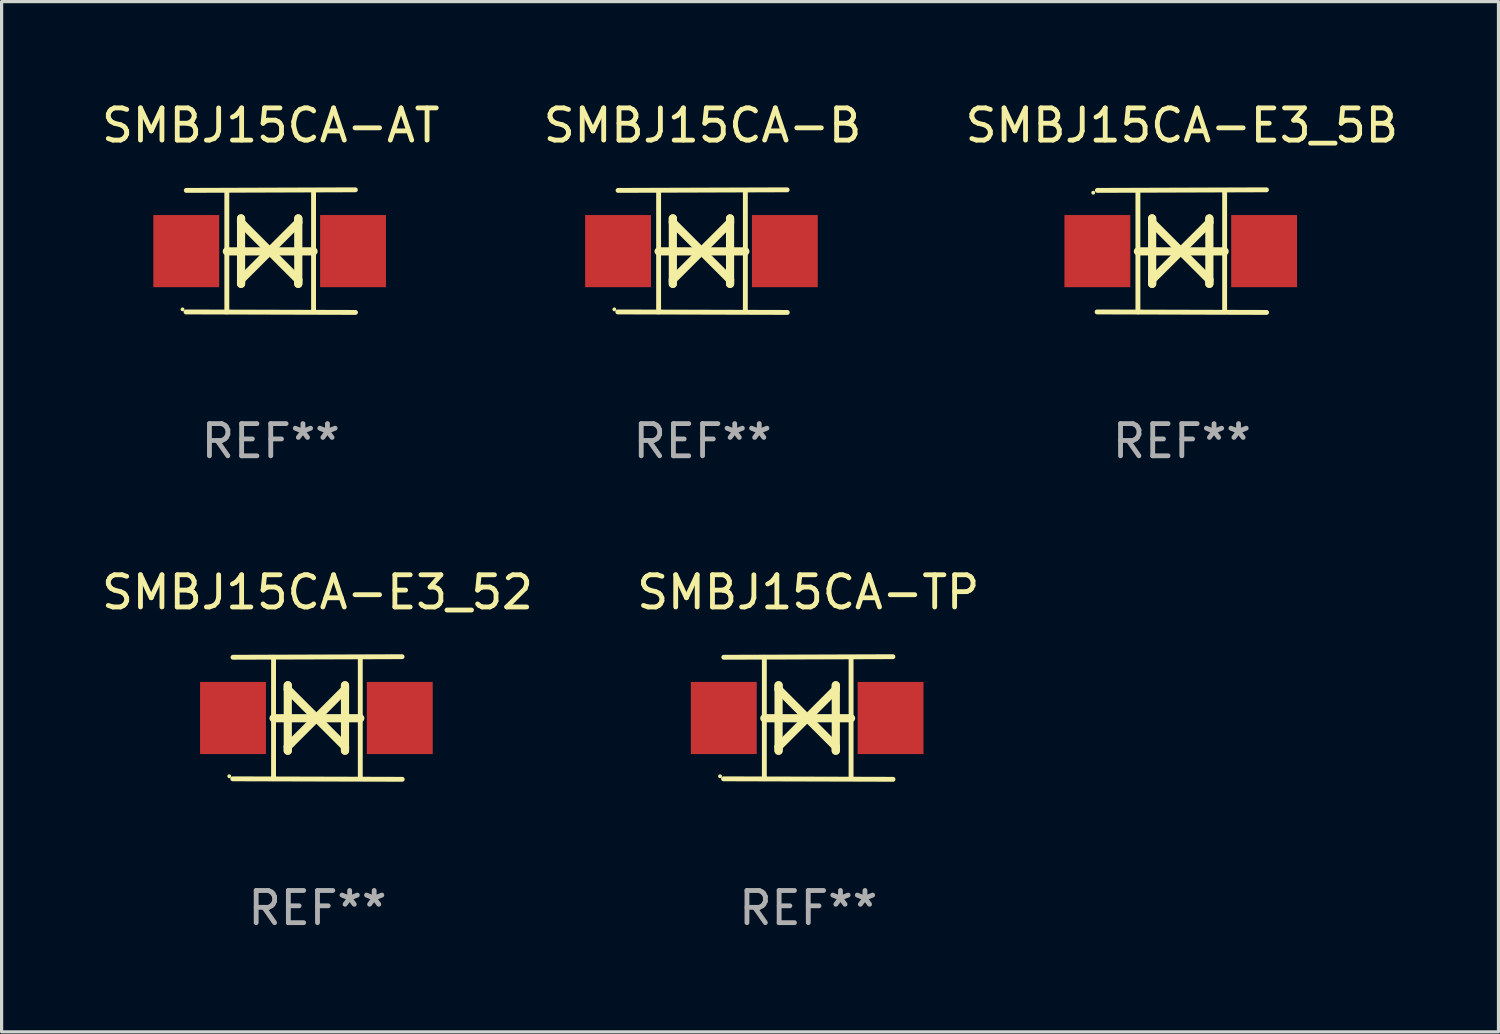
<source format=kicad_pcb>
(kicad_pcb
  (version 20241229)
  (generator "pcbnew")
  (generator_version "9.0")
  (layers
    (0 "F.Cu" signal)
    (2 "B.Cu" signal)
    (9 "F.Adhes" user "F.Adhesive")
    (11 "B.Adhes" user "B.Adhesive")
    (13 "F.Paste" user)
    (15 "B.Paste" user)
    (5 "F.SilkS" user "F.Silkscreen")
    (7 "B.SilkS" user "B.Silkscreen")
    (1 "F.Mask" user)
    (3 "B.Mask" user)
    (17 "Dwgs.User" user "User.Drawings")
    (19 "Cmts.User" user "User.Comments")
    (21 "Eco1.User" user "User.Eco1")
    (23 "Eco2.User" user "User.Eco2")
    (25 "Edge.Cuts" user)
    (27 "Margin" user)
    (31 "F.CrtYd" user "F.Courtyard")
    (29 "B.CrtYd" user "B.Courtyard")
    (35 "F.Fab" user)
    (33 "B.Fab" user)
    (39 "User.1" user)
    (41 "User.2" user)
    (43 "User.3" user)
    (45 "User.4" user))
  (footprint "SMBJ15CA-TP"
    (layer "F.Cu")
    (at 22.065 19.26)
    (property "Reference" "SMBJ15CA-TP" (at 0 -3.905 0) (layer "F.SilkS") (effects (font (size 1 1) (thickness 0.15))))
    (attr through_hole)
    (fp_line (start -1.365 1.886) (end -1.365 -1.886) (stroke (width 0.152) (type solid)) (layer "F.SilkS"))
    (fp_line (start -1.365 0.008) (end 1.33 0.008) (stroke (width 0.254) (type solid)) (layer "F.SilkS"))
    (fp_line (start -0.923 -1.016) (end -0.923 1.016) (stroke (width 0.254) (type solid)) (layer "F.SilkS"))
    (fp_line (start -0.923 -0.889) (end -0.923 -1.016) (stroke (width 0.254) (type solid)) (layer "F.SilkS"))
    (fp_line (start -0.923 0.889) (end -0.034 0) (stroke (width 0.254) (type solid)) (layer "F.SilkS"))
    (fp_line (start -0.923 1.016) (end -0.923 0.889) (stroke (width 0.254) (type solid)) (layer "F.SilkS"))
    (fp_line (start -0.034 0) (end -0.923 -0.889) (stroke (width 0.254) (type solid)) (layer "F.SilkS"))
    (fp_line (start -0.034 0) (end 0.855 0.889) (stroke (width 0.254) (type solid)) (layer "F.SilkS"))
    (fp_line (start 0.855 -1.016) (end 0.855 -0.889) (stroke (width 0.254) (type solid)) (layer "F.SilkS"))
    (fp_line (start 0.855 -0.889) (end -0.034 0) (stroke (width 0.254) (type solid)) (layer "F.SilkS"))
    (fp_line (start 0.855 0.889) (end 0.855 1.016) (stroke (width 0.254) (type solid)) (layer "F.SilkS"))
    (fp_line (start 0.855 1.016) (end 0.855 -1.016) (stroke (width 0.254) (type solid)) (layer "F.SilkS"))
    (fp_line (start 1.33 1.886) (end 1.33 -1.886) (stroke (width 0.152) (type solid)) (layer "F.SilkS"))
    (fp_line (start 2.629 -1.905) (end -2.625 -1.887) (stroke (width 0.152) (type solid)) (layer "F.SilkS"))
    (fp_line (start 2.633 1.905) (end -2.633 1.89) (stroke (width 0.152) (type solid)) (layer "F.SilkS"))
    (fp_circle (center -2.741 1.81) (end -2.711 1.81) (stroke (width 0.06) (type solid)) (fill no) (layer "F.SilkS"))
    (fp_text user "REF**" (at 0 5.905 0) (layer "F.Fab") (effects (font (size 1 1) (thickness 0.15))))
    (pad "1" smd rect (at -2.625 0) (size 2.047 2.241) (layers "F.Cu" "F.Mask" "F.Paste"))
    (pad "2" smd rect (at 2.557 0) (size 2.047 2.241) (layers "F.Cu" "F.Mask" "F.Paste")))
  (footprint "SMBJ15CA-B"
    (layer "F.Cu")
    (at 18.78 4.753)
    (property "Reference" "SMBJ15CA-B" (at 0 -3.905 0) (layer "F.SilkS") (effects (font (size 1 1) (thickness 0.15))))
    (attr through_hole)
    (fp_line (start -1.365 1.886) (end -1.365 -1.886) (stroke (width 0.152) (type solid)) (layer "F.SilkS"))
    (fp_line (start -1.365 0.008) (end 1.33 0.008) (stroke (width 0.254) (type solid)) (layer "F.SilkS"))
    (fp_line (start -0.923 -1.016) (end -0.923 1.016) (stroke (width 0.254) (type solid)) (layer "F.SilkS"))
    (fp_line (start -0.923 -0.889) (end -0.923 -1.016) (stroke (width 0.254) (type solid)) (layer "F.SilkS"))
    (fp_line (start -0.923 0.889) (end -0.034 0) (stroke (width 0.254) (type solid)) (layer "F.SilkS"))
    (fp_line (start -0.923 1.016) (end -0.923 0.889) (stroke (width 0.254) (type solid)) (layer "F.SilkS"))
    (fp_line (start -0.034 0) (end -0.923 -0.889) (stroke (width 0.254) (type solid)) (layer "F.SilkS"))
    (fp_line (start -0.034 0) (end 0.855 0.889) (stroke (width 0.254) (type solid)) (layer "F.SilkS"))
    (fp_line (start 0.855 -1.016) (end 0.855 -0.889) (stroke (width 0.254) (type solid)) (layer "F.SilkS"))
    (fp_line (start 0.855 -0.889) (end -0.034 0) (stroke (width 0.254) (type solid)) (layer "F.SilkS"))
    (fp_line (start 0.855 0.889) (end 0.855 1.016) (stroke (width 0.254) (type solid)) (layer "F.SilkS"))
    (fp_line (start 0.855 1.016) (end 0.855 -1.016) (stroke (width 0.254) (type solid)) (layer "F.SilkS"))
    (fp_line (start 1.33 1.886) (end 1.33 -1.886) (stroke (width 0.152) (type solid)) (layer "F.SilkS"))
    (fp_line (start 2.629 -1.905) (end -2.625 -1.887) (stroke (width 0.152) (type solid)) (layer "F.SilkS"))
    (fp_line (start 2.633 1.905) (end -2.633 1.89) (stroke (width 0.152) (type solid)) (layer "F.SilkS"))
    (fp_circle (center -2.741 1.81) (end -2.711 1.81) (stroke (width 0.06) (type solid)) (fill no) (layer "F.SilkS"))
    (fp_text user "REF**" (at 0 5.905 0) (layer "F.Fab") (effects (font (size 1 1) (thickness 0.15))))
    (pad "1" smd rect (at -2.625 0) (size 2.047 2.241) (layers "F.Cu" "F.Mask" "F.Paste"))
    (pad "2" smd rect (at 2.557 0) (size 2.047 2.241) (layers "F.Cu" "F.Mask" "F.Paste")))
  (footprint "SMBJ15CA-E3_5B"
    (layer "F.Cu")
    (at 33.673 4.753)
    (property "Reference" "SMBJ15CA-E3_5B" (at 0 -3.905 0) (layer "F.SilkS") (effects (font (size 1 1) (thickness 0.15))))
    (attr through_hole)
    (fp_line (start -1.365 1.886) (end -1.365 -1.886) (stroke (width 0.152) (type solid)) (layer "F.SilkS"))
    (fp_line (start -1.365 0.008) (end 1.33 0.008) (stroke (width 0.254) (type solid)) (layer "F.SilkS"))
    (fp_line (start -0.923 -1.016) (end -0.923 1.016) (stroke (width 0.254) (type solid)) (layer "F.SilkS"))
    (fp_line (start -0.923 -0.889) (end -0.923 -1.016) (stroke (width 0.254) (type solid)) (layer "F.SilkS"))
    (fp_line (start -0.923 0.889) (end -0.034 0) (stroke (width 0.254) (type solid)) (layer "F.SilkS"))
    (fp_line (start -0.923 1.016) (end -0.923 0.889) (stroke (width 0.254) (type solid)) (layer "F.SilkS"))
    (fp_line (start -0.034 0) (end -0.923 -0.889) (stroke (width 0.254) (type solid)) (layer "F.SilkS"))
    (fp_line (start -0.034 0) (end 0.855 0.889) (stroke (width 0.254) (type solid)) (layer "F.SilkS"))
    (fp_line (start 0.855 -1.016) (end 0.855 -0.889) (stroke (width 0.254) (type solid)) (layer "F.SilkS"))
    (fp_line (start 0.855 -0.889) (end -0.034 0) (stroke (width 0.254) (type solid)) (layer "F.SilkS"))
    (fp_line (start 0.855 0.889) (end 0.855 1.016) (stroke (width 0.254) (type solid)) (layer "F.SilkS"))
    (fp_line (start 0.855 1.016) (end 0.855 -1.016) (stroke (width 0.254) (type solid)) (layer "F.SilkS"))
    (fp_line (start 1.33 1.886) (end 1.33 -1.886) (stroke (width 0.152) (type solid)) (layer "F.SilkS"))
    (fp_line (start 2.629 -1.905) (end -2.625 -1.887) (stroke (width 0.152) (type solid)) (layer "F.SilkS"))
    (fp_line (start 2.633 1.905) (end -2.633 1.89) (stroke (width 0.152) (type solid)) (layer "F.SilkS"))
    (fp_circle (center -2.753 -1.816) (end -2.723 -1.816) (stroke (width 0.06) (type solid)) (fill no) (layer "F.SilkS"))
    (fp_text user "REF**" (at 0 5.905 0) (layer "F.Fab") (effects (font (size 1 1) (thickness 0.15))))
    (pad "1" smd rect (at -2.625 0) (size 2.047 2.241) (layers "F.Cu" "F.Mask" "F.Paste"))
    (pad "2" smd rect (at 2.557 0) (size 2.047 2.241) (layers "F.Cu" "F.Mask" "F.Paste")))
  (footprint "SMBJ15CA-AT"
    (layer "F.Cu")
    (at 5.363 4.753)
    (property "Reference" "SMBJ15CA-AT" (at 0 -3.905 0) (layer "F.SilkS") (effects (font (size 1 1) (thickness 0.15))))
    (attr through_hole)
    (fp_line (start -1.365 1.886) (end -1.365 -1.886) (stroke (width 0.152) (type solid)) (layer "F.SilkS"))
    (fp_line (start -1.365 0.008) (end 1.33 0.008) (stroke (width 0.254) (type solid)) (layer "F.SilkS"))
    (fp_line (start -0.923 -1.016) (end -0.923 1.016) (stroke (width 0.254) (type solid)) (layer "F.SilkS"))
    (fp_line (start -0.923 -0.889) (end -0.923 -1.016) (stroke (width 0.254) (type solid)) (layer "F.SilkS"))
    (fp_line (start -0.923 0.889) (end -0.034 0) (stroke (width 0.254) (type solid)) (layer "F.SilkS"))
    (fp_line (start -0.923 1.016) (end -0.923 0.889) (stroke (width 0.254) (type solid)) (layer "F.SilkS"))
    (fp_line (start -0.034 0) (end -0.923 -0.889) (stroke (width 0.254) (type solid)) (layer "F.SilkS"))
    (fp_line (start -0.034 0) (end 0.855 0.889) (stroke (width 0.254) (type solid)) (layer "F.SilkS"))
    (fp_line (start 0.855 -1.016) (end 0.855 -0.889) (stroke (width 0.254) (type solid)) (layer "F.SilkS"))
    (fp_line (start 0.855 -0.889) (end -0.034 0) (stroke (width 0.254) (type solid)) (layer "F.SilkS"))
    (fp_line (start 0.855 0.889) (end 0.855 1.016) (stroke (width 0.254) (type solid)) (layer "F.SilkS"))
    (fp_line (start 0.855 1.016) (end 0.855 -1.016) (stroke (width 0.254) (type solid)) (layer "F.SilkS"))
    (fp_line (start 1.33 1.886) (end 1.33 -1.886) (stroke (width 0.152) (type solid)) (layer "F.SilkS"))
    (fp_line (start 2.629 -1.905) (end -2.625 -1.887) (stroke (width 0.152) (type solid)) (layer "F.SilkS"))
    (fp_line (start 2.633 1.905) (end -2.633 1.89) (stroke (width 0.152) (type solid)) (layer "F.SilkS"))
    (fp_circle (center -2.741 1.81) (end -2.711 1.81) (stroke (width 0.06) (type solid)) (fill no) (layer "F.SilkS"))
    (fp_text user "REF**" (at 0 5.905 0) (layer "F.Fab") (effects (font (size 1 1) (thickness 0.15))))
    (pad "1" smd rect (at -2.625 0) (size 2.047 2.241) (layers "F.Cu" "F.Mask" "F.Paste"))
    (pad "2" smd rect (at 2.557 0) (size 2.047 2.241) (layers "F.Cu" "F.Mask" "F.Paste")))
  (footprint "SMBJ15CA-E3_52"
    (layer "F.Cu")
    (at 6.815 19.26)
    (property "Reference" "SMBJ15CA-E3_52" (at 0 -3.905 0) (layer "F.SilkS") (effects (font (size 1 1) (thickness 0.15))))
    (attr through_hole)
    (fp_line (start -1.365 1.886) (end -1.365 -1.886) (stroke (width 0.152) (type solid)) (layer "F.SilkS"))
    (fp_line (start -1.365 0.008) (end 1.33 0.008) (stroke (width 0.254) (type solid)) (layer "F.SilkS"))
    (fp_line (start -0.923 -1.016) (end -0.923 1.016) (stroke (width 0.254) (type solid)) (layer "F.SilkS"))
    (fp_line (start -0.923 -0.889) (end -0.923 -1.016) (stroke (width 0.254) (type solid)) (layer "F.SilkS"))
    (fp_line (start -0.923 0.889) (end -0.034 0) (stroke (width 0.254) (type solid)) (layer "F.SilkS"))
    (fp_line (start -0.923 1.016) (end -0.923 0.889) (stroke (width 0.254) (type solid)) (layer "F.SilkS"))
    (fp_line (start -0.034 0) (end -0.923 -0.889) (stroke (width 0.254) (type solid)) (layer "F.SilkS"))
    (fp_line (start -0.034 0) (end 0.855 0.889) (stroke (width 0.254) (type solid)) (layer "F.SilkS"))
    (fp_line (start 0.855 -1.016) (end 0.855 -0.889) (stroke (width 0.254) (type solid)) (layer "F.SilkS"))
    (fp_line (start 0.855 -0.889) (end -0.034 0) (stroke (width 0.254) (type solid)) (layer "F.SilkS"))
    (fp_line (start 0.855 0.889) (end 0.855 1.016) (stroke (width 0.254) (type solid)) (layer "F.SilkS"))
    (fp_line (start 0.855 1.016) (end 0.855 -1.016) (stroke (width 0.254) (type solid)) (layer "F.SilkS"))
    (fp_line (start 1.33 1.886) (end 1.33 -1.886) (stroke (width 0.152) (type solid)) (layer "F.SilkS"))
    (fp_line (start 2.629 -1.905) (end -2.625 -1.887) (stroke (width 0.152) (type solid)) (layer "F.SilkS"))
    (fp_line (start 2.633 1.905) (end -2.633 1.89) (stroke (width 0.152) (type solid)) (layer "F.SilkS"))
    (fp_circle (center -2.741 1.81) (end -2.711 1.81) (stroke (width 0.06) (type solid)) (fill no) (layer "F.SilkS"))
    (fp_text user "REF**" (at 0 5.905 0) (layer "F.Fab") (effects (font (size 1 1) (thickness 0.15))))
    (pad "1" smd rect (at -2.625 0) (size 2.047 2.241) (layers "F.Cu" "F.Mask" "F.Paste"))
    (pad "2" smd rect (at 2.557 0) (size 2.047 2.241) (layers "F.Cu" "F.Mask" "F.Paste")))
  (gr_rect
    (start -3 -3)
    (end 43.512 29.013)
    (stroke (width 0.1) (type default))
    (fill no)
    (layer "Edge.Cuts")))
</source>
